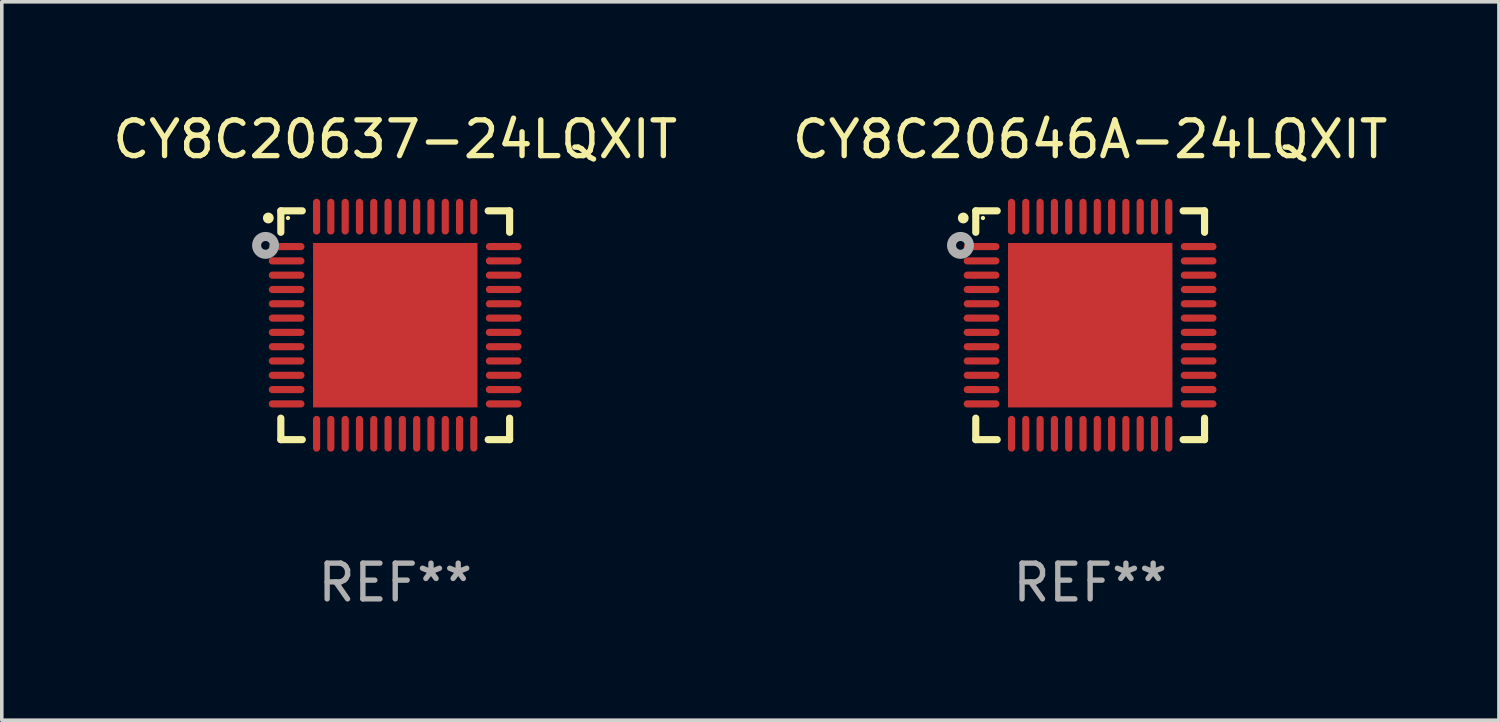
<source format=kicad_pcb>
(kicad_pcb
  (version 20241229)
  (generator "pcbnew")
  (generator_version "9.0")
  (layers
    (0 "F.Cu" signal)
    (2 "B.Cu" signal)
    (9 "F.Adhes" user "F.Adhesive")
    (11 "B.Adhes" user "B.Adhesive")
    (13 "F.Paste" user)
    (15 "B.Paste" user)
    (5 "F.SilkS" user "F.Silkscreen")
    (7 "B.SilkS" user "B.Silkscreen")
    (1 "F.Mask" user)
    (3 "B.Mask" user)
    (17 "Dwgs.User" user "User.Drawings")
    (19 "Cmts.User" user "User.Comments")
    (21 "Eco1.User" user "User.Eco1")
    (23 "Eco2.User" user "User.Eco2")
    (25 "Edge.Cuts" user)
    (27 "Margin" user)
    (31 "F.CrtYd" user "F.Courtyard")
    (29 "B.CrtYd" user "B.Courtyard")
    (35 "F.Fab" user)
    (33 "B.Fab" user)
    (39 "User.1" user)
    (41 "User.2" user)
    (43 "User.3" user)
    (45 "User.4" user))
  (footprint "CY8C20646A-24LQXIT"
    (layer "F.Cu")
    (at 27.446 6.048)
    (property "Reference" "CY8C20646A-24LQXIT" (at 0 -5.2 0) (layer "F.SilkS") (effects (font (size 1 1) (thickness 0.15))))
    (attr through_hole)
    (fp_line (start -3.2 -3.2) (end -2.6 -3.2) (stroke (width 0.2) (type solid)) (layer "F.SilkS"))
    (fp_line (start -3.2 -2.6) (end -3.2 -3.2) (stroke (width 0.2) (type solid)) (layer "F.SilkS"))
    (fp_line (start -3.2 3.2) (end -3.2 2.6) (stroke (width 0.2) (type solid)) (layer "F.SilkS"))
    (fp_line (start -2.6 3.2) (end -3.2 3.2) (stroke (width 0.2) (type solid)) (layer "F.SilkS"))
    (fp_line (start 2.6 -3.2) (end 3.2 -3.2) (stroke (width 0.2) (type solid)) (layer "F.SilkS"))
    (fp_line (start 2.6 3.2) (end 3.2 3.2) (stroke (width 0.2) (type solid)) (layer "F.SilkS"))
    (fp_line (start 3.2 -3.2) (end 3.2 -2.6) (stroke (width 0.2) (type solid)) (layer "F.SilkS"))
    (fp_line (start 3.2 3.2) (end 3.2 2.6) (stroke (width 0.2) (type solid)) (layer "F.SilkS"))
    (fp_arc (start -3.550025 -2.998349) (mid -3.55003 -2.999619) (end -3.550025 -3.000889) (stroke (width 0.3) (type solid)) (layer "F.SilkS"))
    (fp_circle (center -3 -3) (end -2.97 -3) (stroke (width 0.06) (type solid)) (fill no) (layer "F.SilkS"))
    (fp_circle (center -3.628 -2.234) (end -3.505 -2.234) (stroke (width 0.254) (type solid)) (fill no) (layer "F.Fab"))
    (fp_text user "REF**" (at 0 7.2 0) (layer "F.Fab") (effects (font (size 1 1) (thickness 0.15))))
    (pad "1" smd oval (at -3.038 -2.2) (size 1 0.2) (layers "F.Cu" "F.Mask" "F.Paste"))
    (pad "2" smd oval (at -3.038 -1.799) (size 1 0.2) (layers "F.Cu" "F.Mask" "F.Paste"))
    (pad "3" smd oval (at -3.038 -1.4) (size 1 0.2) (layers "F.Cu" "F.Mask" "F.Paste"))
    (pad "4" smd oval (at -3.038 -0.999) (size 1 0.2) (layers "F.Cu" "F.Mask" "F.Paste"))
    (pad "5" smd oval (at -3.038 -0.6) (size 1 0.2) (layers "F.Cu" "F.Mask" "F.Paste"))
    (pad "6" smd oval (at -3.038 -0.199) (size 1 0.2) (layers "F.Cu" "F.Mask" "F.Paste"))
    (pad "7" smd oval (at -3.038 0.2) (size 1 0.2) (layers "F.Cu" "F.Mask" "F.Paste"))
    (pad "8" smd oval (at -3.038 0.6) (size 1 0.2) (layers "F.Cu" "F.Mask" "F.Paste"))
    (pad "9" smd oval (at -3.038 1) (size 1 0.2) (layers "F.Cu" "F.Mask" "F.Paste"))
    (pad "10" smd oval (at -3.038 1.4) (size 1 0.2) (layers "F.Cu" "F.Mask" "F.Paste"))
    (pad "11" smd oval (at -3.038 1.8) (size 1 0.2) (layers "F.Cu" "F.Mask" "F.Paste"))
    (pad "12" smd oval (at -3.038 2.2) (size 1 0.2) (layers "F.Cu" "F.Mask" "F.Paste"))
    (pad "13" smd oval (at -2.2 3.035) (size 0.2 1) (layers "F.Cu" "F.Mask" "F.Paste"))
    (pad "14" smd oval (at -1.801 3.035) (size 0.2 1) (layers "F.Cu" "F.Mask" "F.Paste"))
    (pad "15" smd oval (at -1.4 3.035) (size 0.2 1) (layers "F.Cu" "F.Mask" "F.Paste"))
    (pad "16" smd oval (at -1 3.035) (size 0.2 1) (layers "F.Cu" "F.Mask" "F.Paste"))
    (pad "17" smd oval (at -0.6 3.035) (size 0.2 1) (layers "F.Cu" "F.Mask" "F.Paste"))
    (pad "18" smd oval (at -0.2 3.035) (size 0.2 1) (layers "F.Cu" "F.Mask" "F.Paste"))
    (pad "19" smd oval (at 0.199 3.035) (size 0.2 1) (layers "F.Cu" "F.Mask" "F.Paste"))
    (pad "20" smd oval (at 0.6 3.035) (size 0.2 1) (layers "F.Cu" "F.Mask" "F.Paste"))
    (pad "21" smd oval (at 0.999 3.035) (size 0.2 1) (layers "F.Cu" "F.Mask" "F.Paste"))
    (pad "22" smd oval (at 1.4 3.035) (size 0.2 1) (layers "F.Cu" "F.Mask" "F.Paste"))
    (pad "23" smd oval (at 1.799 3.035) (size 0.2 1) (layers "F.Cu" "F.Mask" "F.Paste"))
    (pad "24" smd oval (at 2.199 3.035) (size 0.2 1) (layers "F.Cu" "F.Mask" "F.Paste"))
    (pad "25" smd oval (at 3.034 2.2) (size 1 0.2) (layers "F.Cu" "F.Mask" "F.Paste"))
    (pad "26" smd oval (at 3.034 1.8) (size 1 0.2) (layers "F.Cu" "F.Mask" "F.Paste"))
    (pad "27" smd oval (at 3.034 1.4) (size 1 0.2) (layers "F.Cu" "F.Mask" "F.Paste"))
    (pad "28" smd oval (at 3.034 1) (size 1 0.2) (layers "F.Cu" "F.Mask" "F.Paste"))
    (pad "29" smd oval (at 3.034 0.6) (size 1 0.2) (layers "F.Cu" "F.Mask" "F.Paste"))
    (pad "30" smd oval (at 3.034 0.2) (size 1 0.2) (layers "F.Cu" "F.Mask" "F.Paste"))
    (pad "31" smd oval (at 3.034 -0.2) (size 1 0.2) (layers "F.Cu" "F.Mask" "F.Paste"))
    (pad "32" smd oval (at 3.034 -0.6) (size 1 0.2) (layers "F.Cu" "F.Mask" "F.Paste"))
    (pad "33" smd oval (at 3.034 -1) (size 1 0.2) (layers "F.Cu" "F.Mask" "F.Paste"))
    (pad "34" smd oval (at 3.034 -1.4) (size 1 0.2) (layers "F.Cu" "F.Mask" "F.Paste"))
    (pad "35" smd oval (at 3.034 -1.799) (size 1 0.2) (layers "F.Cu" "F.Mask" "F.Paste"))
    (pad "36" smd oval (at 3.034 -2.2) (size 1 0.2) (layers "F.Cu" "F.Mask" "F.Paste"))
    (pad "37" smd oval (at 2.199 -3.037) (size 0.2 1) (layers "F.Cu" "F.Mask" "F.Paste"))
    (pad "38" smd oval (at 1.799 -3.037) (size 0.2 1) (layers "F.Cu" "F.Mask" "F.Paste"))
    (pad "39" smd oval (at 1.4 -3.037) (size 0.2 1) (layers "F.Cu" "F.Mask" "F.Paste"))
    (pad "40" smd oval (at 0.999 -3.037) (size 0.2 1) (layers "F.Cu" "F.Mask" "F.Paste"))
    (pad "41" smd oval (at 0.6 -3.037) (size 0.2 1) (layers "F.Cu" "F.Mask" "F.Paste"))
    (pad "42" smd oval (at 0.199 -3.037) (size 0.2 1) (layers "F.Cu" "F.Mask" "F.Paste"))
    (pad "43" smd oval (at -0.2 -3.037) (size 0.2 1) (layers "F.Cu" "F.Mask" "F.Paste"))
    (pad "44" smd oval (at -0.6 -3.037) (size 0.2 1) (layers "F.Cu" "F.Mask" "F.Paste"))
    (pad "45" smd oval (at -1 -3.037) (size 0.2 1) (layers "F.Cu" "F.Mask" "F.Paste"))
    (pad "46" smd oval (at -1.4 -3.037) (size 0.2 1) (layers "F.Cu" "F.Mask" "F.Paste"))
    (pad "47" smd oval (at -1.801 -3.037) (size 0.2 1) (layers "F.Cu" "F.Mask" "F.Paste"))
    (pad "48" smd oval (at -2.2 -3.037) (size 0.2 1) (layers "F.Cu" "F.Mask" "F.Paste"))
    (pad "49" smd rect (at 0.001 -0.001) (size 4.6 4.6) (layers "F.Cu" "F.Mask" "F.Paste")))
  (footprint "CY8C20637-24LQXIT"
    (layer "F.Cu")
    (at 8.006 6.048)
    (property "Reference" "CY8C20637-24LQXIT" (at 0 -5.2 0) (layer "F.SilkS") (effects (font (size 1 1) (thickness 0.15))))
    (attr through_hole)
    (fp_line (start -3.2 -3.2) (end -2.6 -3.2) (stroke (width 0.2) (type solid)) (layer "F.SilkS"))
    (fp_line (start -3.2 -2.6) (end -3.2 -3.2) (stroke (width 0.2) (type solid)) (layer "F.SilkS"))
    (fp_line (start -3.2 3.2) (end -3.2 2.6) (stroke (width 0.2) (type solid)) (layer "F.SilkS"))
    (fp_line (start -2.6 3.2) (end -3.2 3.2) (stroke (width 0.2) (type solid)) (layer "F.SilkS"))
    (fp_line (start 2.6 -3.2) (end 3.2 -3.2) (stroke (width 0.2) (type solid)) (layer "F.SilkS"))
    (fp_line (start 2.6 3.2) (end 3.2 3.2) (stroke (width 0.2) (type solid)) (layer "F.SilkS"))
    (fp_line (start 3.2 -3.2) (end 3.2 -2.6) (stroke (width 0.2) (type solid)) (layer "F.SilkS"))
    (fp_line (start 3.2 3.2) (end 3.2 2.6) (stroke (width 0.2) (type solid)) (layer "F.SilkS"))
    (fp_arc (start -3.550025 -2.998349) (mid -3.55003 -2.999619) (end -3.550025 -3.000889) (stroke (width 0.3) (type solid)) (layer "F.SilkS"))
    (fp_circle (center -3 -3) (end -2.97 -3) (stroke (width 0.06) (type solid)) (fill no) (layer "F.SilkS"))
    (fp_circle (center -3.628 -2.234) (end -3.505 -2.234) (stroke (width 0.254) (type solid)) (fill no) (layer "F.Fab"))
    (fp_text user "REF**" (at 0 7.2 0) (layer "F.Fab") (effects (font (size 1 1) (thickness 0.15))))
    (pad "1" smd oval (at -3.038 -2.2) (size 1 0.2) (layers "F.Cu" "F.Mask" "F.Paste"))
    (pad "2" smd oval (at -3.038 -1.799) (size 1 0.2) (layers "F.Cu" "F.Mask" "F.Paste"))
    (pad "3" smd oval (at -3.038 -1.4) (size 1 0.2) (layers "F.Cu" "F.Mask" "F.Paste"))
    (pad "4" smd oval (at -3.038 -0.999) (size 1 0.2) (layers "F.Cu" "F.Mask" "F.Paste"))
    (pad "5" smd oval (at -3.038 -0.6) (size 1 0.2) (layers "F.Cu" "F.Mask" "F.Paste"))
    (pad "6" smd oval (at -3.038 -0.199) (size 1 0.2) (layers "F.Cu" "F.Mask" "F.Paste"))
    (pad "7" smd oval (at -3.038 0.2) (size 1 0.2) (layers "F.Cu" "F.Mask" "F.Paste"))
    (pad "8" smd oval (at -3.038 0.6) (size 1 0.2) (layers "F.Cu" "F.Mask" "F.Paste"))
    (pad "9" smd oval (at -3.038 1) (size 1 0.2) (layers "F.Cu" "F.Mask" "F.Paste"))
    (pad "10" smd oval (at -3.038 1.4) (size 1 0.2) (layers "F.Cu" "F.Mask" "F.Paste"))
    (pad "11" smd oval (at -3.038 1.8) (size 1 0.2) (layers "F.Cu" "F.Mask" "F.Paste"))
    (pad "12" smd oval (at -3.038 2.2) (size 1 0.2) (layers "F.Cu" "F.Mask" "F.Paste"))
    (pad "13" smd oval (at -2.2 3.035) (size 0.2 1) (layers "F.Cu" "F.Mask" "F.Paste"))
    (pad "14" smd oval (at -1.801 3.035) (size 0.2 1) (layers "F.Cu" "F.Mask" "F.Paste"))
    (pad "15" smd oval (at -1.4 3.035) (size 0.2 1) (layers "F.Cu" "F.Mask" "F.Paste"))
    (pad "16" smd oval (at -1 3.035) (size 0.2 1) (layers "F.Cu" "F.Mask" "F.Paste"))
    (pad "17" smd oval (at -0.6 3.035) (size 0.2 1) (layers "F.Cu" "F.Mask" "F.Paste"))
    (pad "18" smd oval (at -0.2 3.035) (size 0.2 1) (layers "F.Cu" "F.Mask" "F.Paste"))
    (pad "19" smd oval (at 0.199 3.035) (size 0.2 1) (layers "F.Cu" "F.Mask" "F.Paste"))
    (pad "20" smd oval (at 0.6 3.035) (size 0.2 1) (layers "F.Cu" "F.Mask" "F.Paste"))
    (pad "21" smd oval (at 0.999 3.035) (size 0.2 1) (layers "F.Cu" "F.Mask" "F.Paste"))
    (pad "22" smd oval (at 1.4 3.035) (size 0.2 1) (layers "F.Cu" "F.Mask" "F.Paste"))
    (pad "23" smd oval (at 1.799 3.035) (size 0.2 1) (layers "F.Cu" "F.Mask" "F.Paste"))
    (pad "24" smd oval (at 2.199 3.035) (size 0.2 1) (layers "F.Cu" "F.Mask" "F.Paste"))
    (pad "25" smd oval (at 3.034 2.2) (size 1 0.2) (layers "F.Cu" "F.Mask" "F.Paste"))
    (pad "26" smd oval (at 3.034 1.8) (size 1 0.2) (layers "F.Cu" "F.Mask" "F.Paste"))
    (pad "27" smd oval (at 3.034 1.4) (size 1 0.2) (layers "F.Cu" "F.Mask" "F.Paste"))
    (pad "28" smd oval (at 3.034 1) (size 1 0.2) (layers "F.Cu" "F.Mask" "F.Paste"))
    (pad "29" smd oval (at 3.034 0.6) (size 1 0.2) (layers "F.Cu" "F.Mask" "F.Paste"))
    (pad "30" smd oval (at 3.034 0.2) (size 1 0.2) (layers "F.Cu" "F.Mask" "F.Paste"))
    (pad "31" smd oval (at 3.034 -0.2) (size 1 0.2) (layers "F.Cu" "F.Mask" "F.Paste"))
    (pad "32" smd oval (at 3.034 -0.6) (size 1 0.2) (layers "F.Cu" "F.Mask" "F.Paste"))
    (pad "33" smd oval (at 3.034 -1) (size 1 0.2) (layers "F.Cu" "F.Mask" "F.Paste"))
    (pad "34" smd oval (at 3.034 -1.4) (size 1 0.2) (layers "F.Cu" "F.Mask" "F.Paste"))
    (pad "35" smd oval (at 3.034 -1.799) (size 1 0.2) (layers "F.Cu" "F.Mask" "F.Paste"))
    (pad "36" smd oval (at 3.034 -2.2) (size 1 0.2) (layers "F.Cu" "F.Mask" "F.Paste"))
    (pad "37" smd oval (at 2.199 -3.037) (size 0.2 1) (layers "F.Cu" "F.Mask" "F.Paste"))
    (pad "38" smd oval (at 1.799 -3.037) (size 0.2 1) (layers "F.Cu" "F.Mask" "F.Paste"))
    (pad "39" smd oval (at 1.4 -3.037) (size 0.2 1) (layers "F.Cu" "F.Mask" "F.Paste"))
    (pad "40" smd oval (at 0.999 -3.037) (size 0.2 1) (layers "F.Cu" "F.Mask" "F.Paste"))
    (pad "41" smd oval (at 0.6 -3.037) (size 0.2 1) (layers "F.Cu" "F.Mask" "F.Paste"))
    (pad "42" smd oval (at 0.199 -3.037) (size 0.2 1) (layers "F.Cu" "F.Mask" "F.Paste"))
    (pad "43" smd oval (at -0.2 -3.037) (size 0.2 1) (layers "F.Cu" "F.Mask" "F.Paste"))
    (pad "44" smd oval (at -0.6 -3.037) (size 0.2 1) (layers "F.Cu" "F.Mask" "F.Paste"))
    (pad "45" smd oval (at -1 -3.037) (size 0.2 1) (layers "F.Cu" "F.Mask" "F.Paste"))
    (pad "46" smd oval (at -1.4 -3.037) (size 0.2 1) (layers "F.Cu" "F.Mask" "F.Paste"))
    (pad "47" smd oval (at -1.801 -3.037) (size 0.2 1) (layers "F.Cu" "F.Mask" "F.Paste"))
    (pad "48" smd oval (at -2.2 -3.037) (size 0.2 1) (layers "F.Cu" "F.Mask" "F.Paste"))
    (pad "49" smd rect (at 0.001 -0.001) (size 4.6 4.6) (layers "F.Cu" "F.Mask" "F.Paste")))
  (gr_rect
    (start -3 -3)
    (end 38.881 17.097)
    (stroke (width 0.1) (type default))
    (fill no)
    (layer "Edge.Cuts")))
</source>
